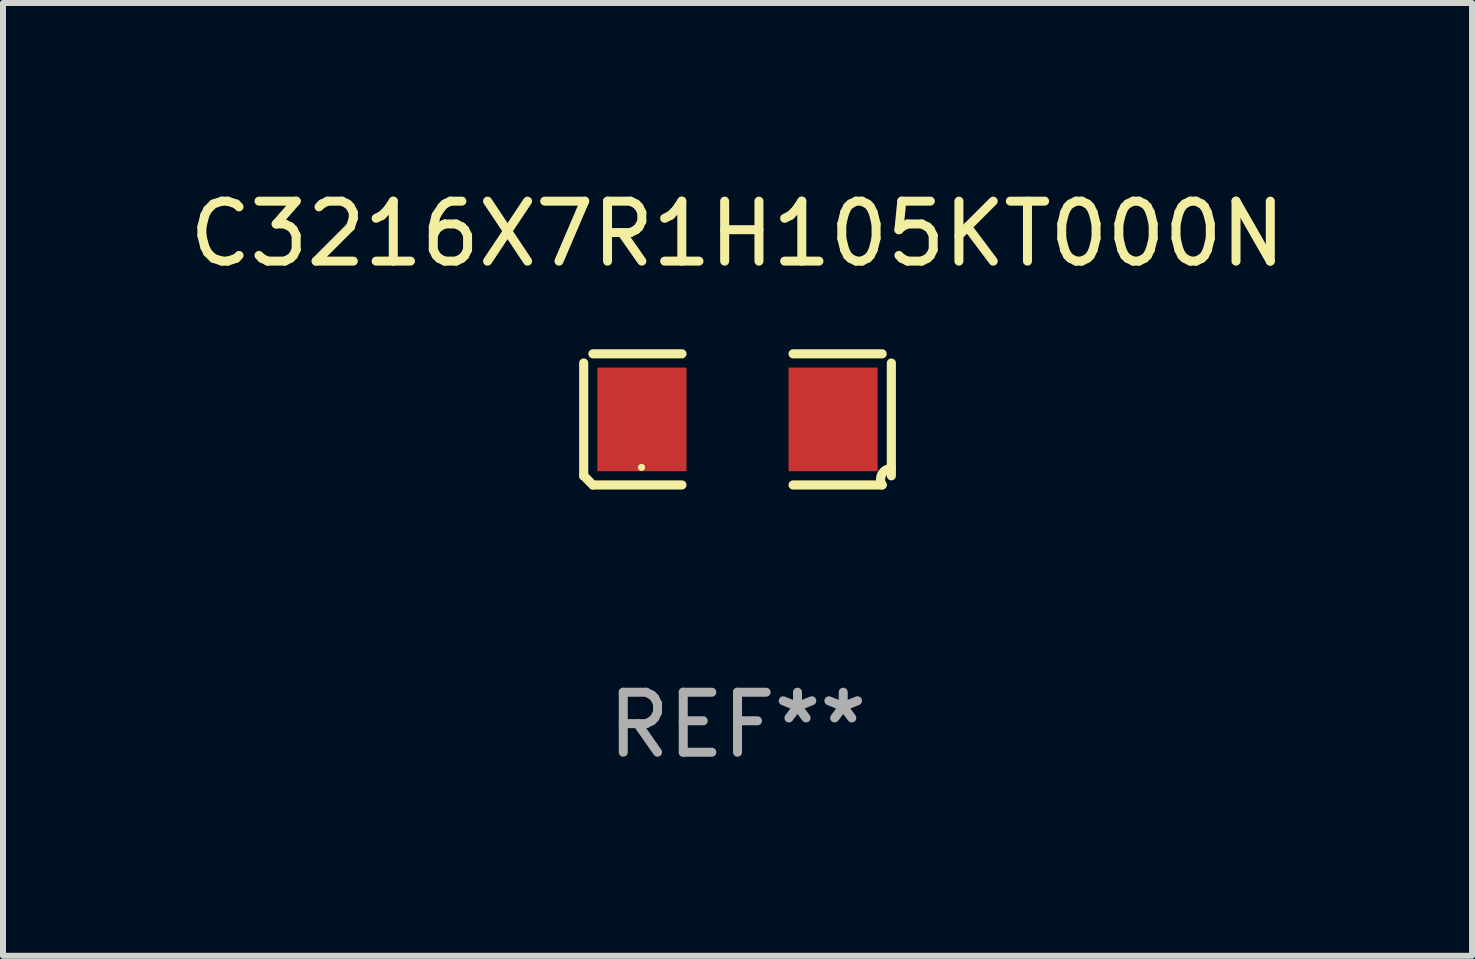
<source format=kicad_pcb>
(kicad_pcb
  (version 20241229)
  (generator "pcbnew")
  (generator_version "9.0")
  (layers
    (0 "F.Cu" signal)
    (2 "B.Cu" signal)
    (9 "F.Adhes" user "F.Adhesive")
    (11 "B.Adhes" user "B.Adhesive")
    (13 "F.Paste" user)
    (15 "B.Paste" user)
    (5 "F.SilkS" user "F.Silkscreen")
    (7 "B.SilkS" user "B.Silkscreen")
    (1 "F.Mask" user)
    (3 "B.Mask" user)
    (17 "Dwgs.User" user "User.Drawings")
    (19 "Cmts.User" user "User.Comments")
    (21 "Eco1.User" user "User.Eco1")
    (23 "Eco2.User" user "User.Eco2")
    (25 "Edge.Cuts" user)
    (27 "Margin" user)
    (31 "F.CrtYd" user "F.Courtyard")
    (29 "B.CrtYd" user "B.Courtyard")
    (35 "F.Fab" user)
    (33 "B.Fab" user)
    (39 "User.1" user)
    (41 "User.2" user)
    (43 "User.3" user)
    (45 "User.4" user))
  (footprint "C3216X7R1H105KT000N"
    (layer "F.Cu")
    (at 9.244 3.941)
    (property "Reference" "C3216X7R1H105KT000N" (at 0 -3.093 0) (layer "F.SilkS") (effects (font (size 1 1) (thickness 0.15))))
    (attr through_hole)
    (fp_line (start -2.564 0.94) (end -2.564 -0.94) (stroke (width 0.152) (type solid)) (layer "F.SilkS"))
    (fp_line (start -2.411 -1.093) (end -0.926 -1.093) (stroke (width 0.152) (type solid)) (layer "F.SilkS"))
    (fp_line (start -0.926 1.093) (end -2.411 1.093) (stroke (width 0.152) (type solid)) (layer "F.SilkS"))
    (fp_line (start 0.926 1.093) (end 2.411 1.093) (stroke (width 0.152) (type solid)) (layer "F.SilkS"))
    (fp_line (start 2.411 -1.093) (end 0.926 -1.093) (stroke (width 0.152) (type solid)) (layer "F.SilkS"))
    (fp_line (start 2.564 0.94) (end 2.564 -0.94) (stroke (width 0.152) (type solid)) (layer "F.SilkS"))
    (fp_arc (start -2.411201 1.092609) (mid -2.487413 1.01642) (end -2.563602 0.940208) (stroke (width 0.1524) (type solid)) (layer "F.SilkS"))
    (fp_arc (start 2.411201 1.092609) (mid 2.407159 0.911226) (end 2.563602 0.819347) (stroke (width 0.1524) (type solid)) (layer "F.SilkS"))
    (fp_circle (center -1.6 0.8) (end -1.57 0.8) (stroke (width 0.06) (type solid)) (fill no) (layer "F.SilkS"))
    (fp_text user "REF**" (at 0 5.093 0) (layer "F.Fab") (effects (font (size 1 1) (thickness 0.15))))
    (pad "1" smd rect (at -1.593 0) (size 1.485 1.728) (layers "F.Cu" "F.Mask" "F.Paste"))
    (pad "2" smd rect (at 1.593 0) (size 1.485 1.728) (layers "F.Cu" "F.Mask" "F.Paste")))
  (gr_rect
    (start -3 -3)
    (end 21.488 12.882)
    (stroke (width 0.1) (type default))
    (fill no)
    (layer "Edge.Cuts")))
</source>
